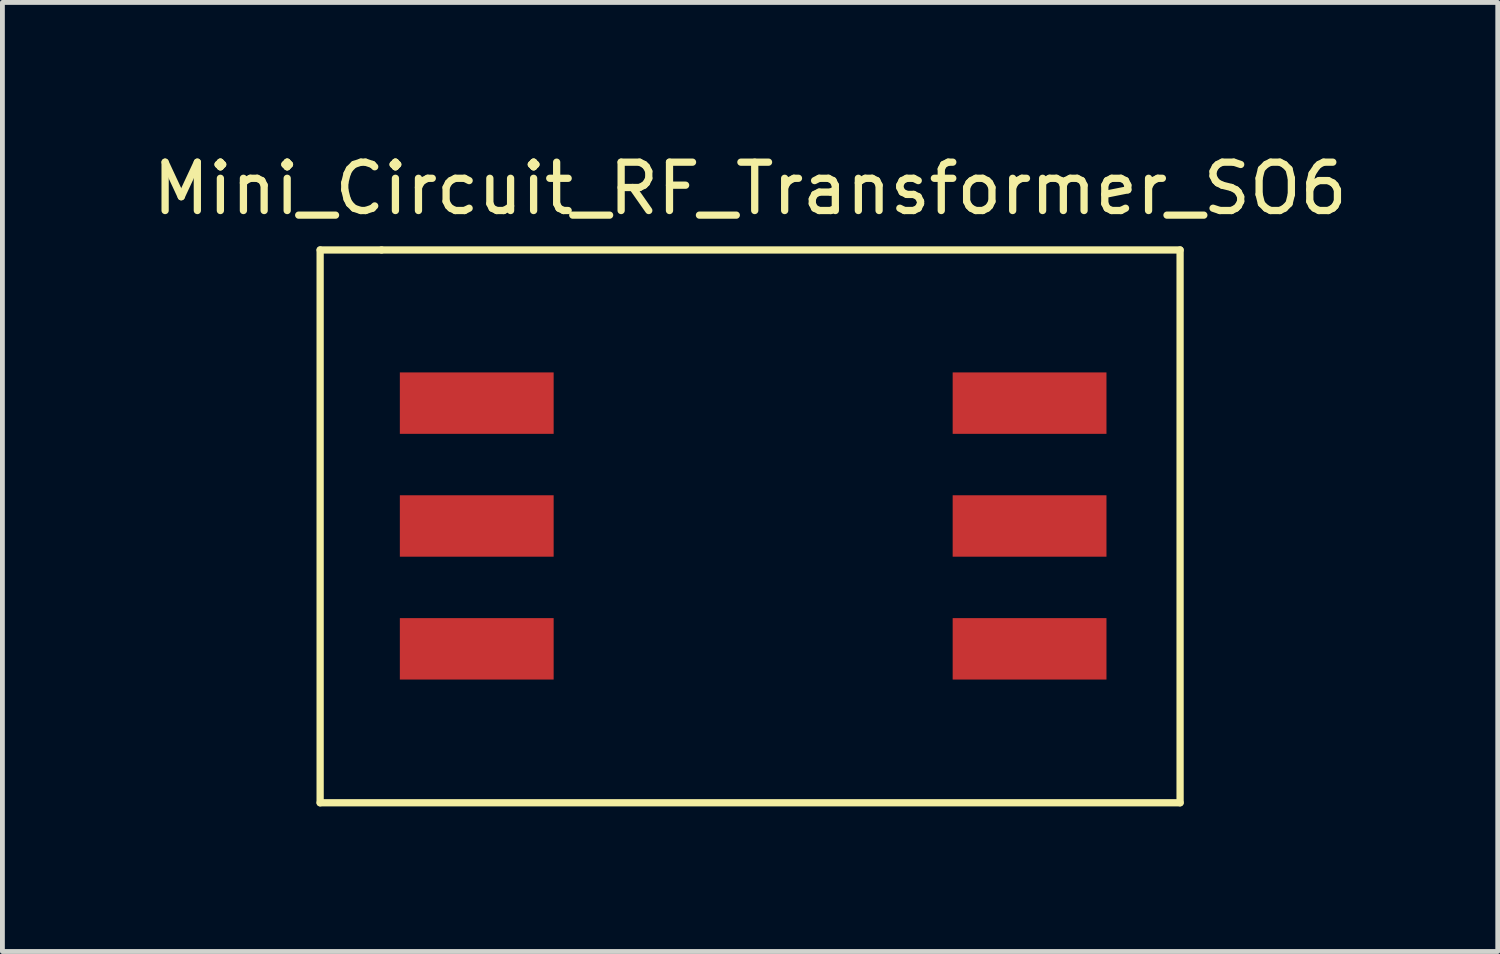
<source format=kicad_pcb>
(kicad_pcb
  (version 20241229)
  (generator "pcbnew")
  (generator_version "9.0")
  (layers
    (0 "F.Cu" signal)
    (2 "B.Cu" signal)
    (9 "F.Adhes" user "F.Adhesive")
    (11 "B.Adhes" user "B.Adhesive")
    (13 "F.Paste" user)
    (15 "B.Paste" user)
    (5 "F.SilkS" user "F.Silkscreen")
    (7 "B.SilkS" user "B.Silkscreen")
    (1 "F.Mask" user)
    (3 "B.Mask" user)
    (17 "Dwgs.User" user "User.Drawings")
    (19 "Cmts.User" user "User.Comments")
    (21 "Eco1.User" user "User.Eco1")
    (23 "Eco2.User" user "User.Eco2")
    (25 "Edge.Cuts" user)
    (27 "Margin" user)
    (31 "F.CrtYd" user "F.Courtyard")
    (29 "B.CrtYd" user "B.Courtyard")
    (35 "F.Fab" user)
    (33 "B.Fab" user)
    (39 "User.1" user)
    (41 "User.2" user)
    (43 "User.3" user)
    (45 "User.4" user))
  (footprint "Mini_Circuit_RF_Transformer_SO6"
    (layer "F.Cu")
    (at 12.408 8.476)
    (property "Reference" "Mini_Circuit_RF_Transformer_SO6" (at 0.051 -7.628 0) (layer "F.SilkS") (effects (font (size 1 1) (thickness 0.15))))
    (attr smd)
    (fp_line (start -8.839 -6.358) (end -7.569 -6.358) (stroke (width 0.15) (type solid)) (layer "F.SilkS"))
    (fp_line (start -8.839 5.072) (end -8.839 -6.358) (stroke (width 0.15) (type solid)) (layer "F.SilkS"))
    (fp_line (start -7.569 -6.358) (end 8.941 -6.358) (stroke (width 0.15) (type solid)) (layer "F.SilkS"))
    (fp_line (start 8.941 -6.358) (end 8.941 5.072) (stroke (width 0.15) (type solid)) (layer "F.SilkS"))
    (fp_line (start 8.941 5.072) (end -8.839 5.072) (stroke (width 0.15) (type solid)) (layer "F.SilkS"))
    (pad "1" smd rect (at -5.601 -3.191) (size 3.18 1.27) (layers "F.Cu" "F.Mask" "F.Paste"))
    (pad "2" smd rect (at -5.601 -0.651) (size 3.18 1.27) (layers "F.Cu" "F.Mask" "F.Paste"))
    (pad "3" smd rect (at -5.601 1.889) (size 3.18 1.27) (layers "F.Cu" "F.Mask" "F.Paste"))
    (pad "4" smd rect (at 5.829 1.889) (size 3.18 1.27) (layers "F.Cu" "F.Mask" "F.Paste"))
    (pad "5" smd rect (at 5.829 -0.651) (size 3.18 1.27) (layers "F.Cu" "F.Mask" "F.Paste"))
    (pad "6" smd rect (at 5.829 -3.191) (size 3.18 1.27) (layers "F.Cu" "F.Mask" "F.Paste")))
  (gr_rect
    (start -3 -3)
    (end 27.917 16.623)
    (stroke (width 0.1) (type default))
    (fill no)
    (layer "Edge.Cuts")))
</source>
